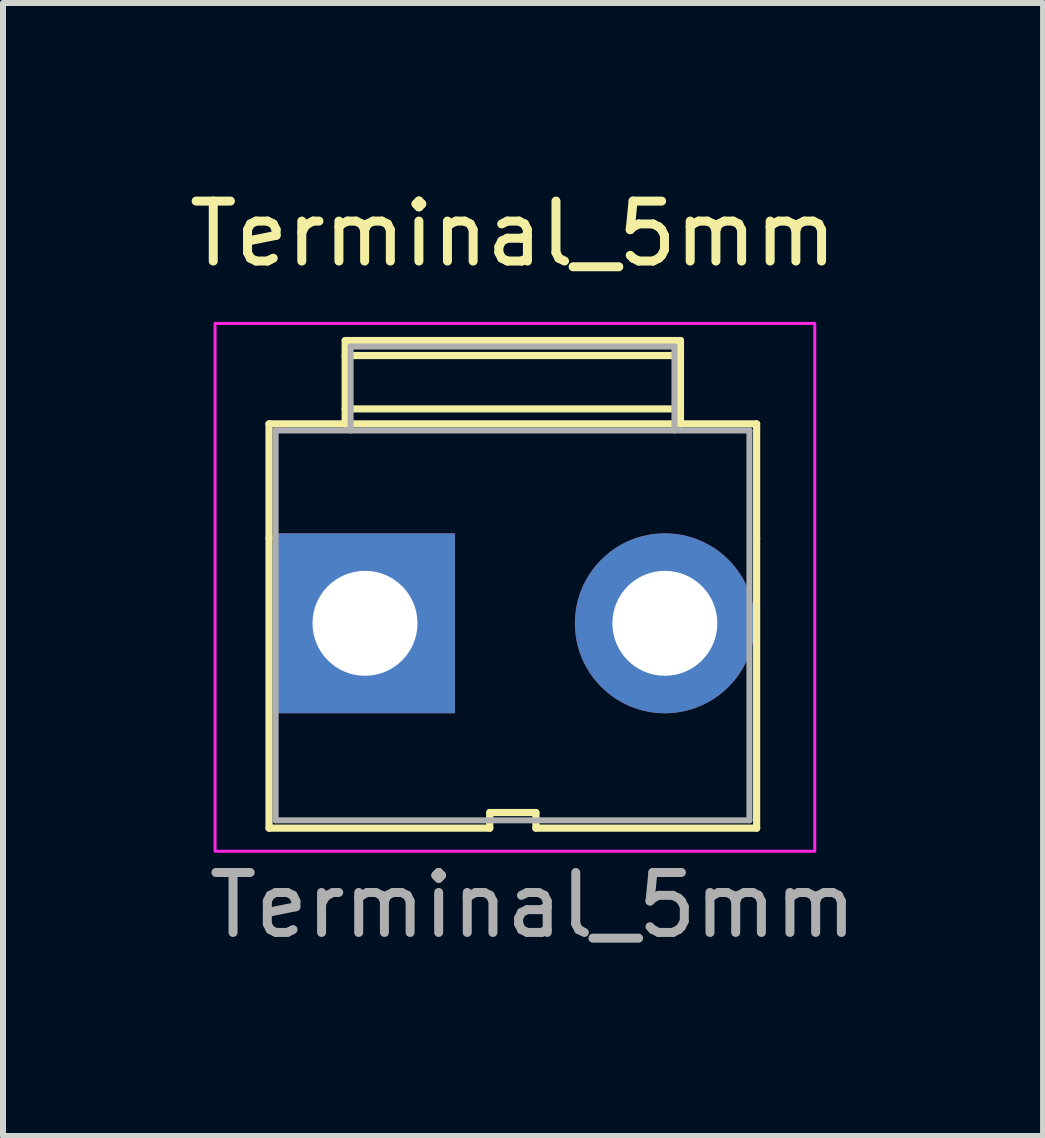
<source format=kicad_pcb>
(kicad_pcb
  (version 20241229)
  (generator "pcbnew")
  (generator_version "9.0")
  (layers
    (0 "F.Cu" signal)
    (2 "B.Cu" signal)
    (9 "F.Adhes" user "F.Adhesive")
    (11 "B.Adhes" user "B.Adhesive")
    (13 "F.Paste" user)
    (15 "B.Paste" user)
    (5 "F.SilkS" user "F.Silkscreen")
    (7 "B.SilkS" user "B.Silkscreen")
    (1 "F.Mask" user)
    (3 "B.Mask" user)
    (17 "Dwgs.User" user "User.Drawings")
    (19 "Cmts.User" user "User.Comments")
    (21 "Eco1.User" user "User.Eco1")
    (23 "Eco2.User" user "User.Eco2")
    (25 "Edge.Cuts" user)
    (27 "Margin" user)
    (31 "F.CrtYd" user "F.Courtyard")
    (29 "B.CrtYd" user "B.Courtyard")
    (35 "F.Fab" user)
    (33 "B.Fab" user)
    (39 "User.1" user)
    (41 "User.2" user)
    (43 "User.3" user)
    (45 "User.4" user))
  (footprint "Terminal_5mm"
    (layer "F.Cu")
    (at 5.536 7.343)
    (property "Reference" "Terminal_5mm" (at -0.03 -6.495 0) (layer "F.SilkS") (effects (font (size 1 1) (thickness 0.15))))
    (attr through_hole)
    (fp_line (start -4.1 -3.325) (end -4.1 -1.415) (stroke (width 0.12) (type solid)) (layer "F.SilkS"))
    (fp_line (start -4.1 -3.325) (end 4.03 -3.325) (stroke (width 0.12) (type solid)) (layer "F.SilkS"))
    (fp_line (start -4.1 -1.415) (end -4.1 3.415) (stroke (width 0.12) (type solid)) (layer "F.SilkS"))
    (fp_line (start -2.83 -4.715) (end 2.76 -4.715) (stroke (width 0.12) (type solid)) (layer "F.SilkS"))
    (fp_line (start -2.83 -4.465) (end 2.76 -4.465) (stroke (width 0.12) (type solid)) (layer "F.SilkS"))
    (fp_line (start -2.83 -3.575) (end 2.76 -3.575) (stroke (width 0.12) (type solid)) (layer "F.SilkS"))
    (fp_line (start -2.83 -3.325) (end -2.83 -4.715) (stroke (width 0.12) (type solid)) (layer "F.SilkS"))
    (fp_line (start -0.42 3.155) (end 0.35 3.155) (stroke (width 0.12) (type solid)) (layer "F.SilkS"))
    (fp_line (start -0.42 3.415) (end -4.1 3.415) (stroke (width 0.12) (type solid)) (layer "F.SilkS"))
    (fp_line (start -0.42 3.415) (end -0.42 3.155) (stroke (width 0.12) (type solid)) (layer "F.SilkS"))
    (fp_line (start 0.35 3.155) (end 0.35 3.415) (stroke (width 0.12) (type solid)) (layer "F.SilkS"))
    (fp_line (start 0.35 3.415) (end 4.03 3.415) (stroke (width 0.12) (type solid)) (layer "F.SilkS"))
    (fp_line (start 2.76 -3.325) (end 2.76 -4.715) (stroke (width 0.12) (type solid)) (layer "F.SilkS"))
    (fp_line (start 4.03 -3.325) (end 4.03 -1.415) (stroke (width 0.12) (type solid)) (layer "F.SilkS"))
    (fp_line (start 4.03 3.415) (end 4.03 -1.415) (stroke (width 0.12) (type solid)) (layer "F.SilkS"))
    (fp_rect (start -5 -5) (end 5 3.8) (stroke (width 0.05) (type default)) (fill no) (layer "F.CrtYd"))
    (fp_line (start -3.99 -3.215) (end 3.91 -3.215) (stroke (width 0.1) (type solid)) (layer "F.Fab"))
    (fp_line (start -3.99 3.285) (end -3.99 -3.215) (stroke (width 0.1) (type solid)) (layer "F.Fab"))
    (fp_line (start -2.74 -4.615) (end 2.66 -4.615) (stroke (width 0.1) (type solid)) (layer "F.Fab"))
    (fp_line (start -2.74 -3.215) (end -2.74 -4.615) (stroke (width 0.1) (type solid)) (layer "F.Fab"))
    (fp_line (start 2.66 -4.615) (end 2.66 -3.215) (stroke (width 0.1) (type solid)) (layer "F.Fab"))
    (fp_line (start 3.91 -3.215) (end 3.91 3.285) (stroke (width 0.1) (type solid)) (layer "F.Fab"))
    (fp_line (start 3.91 3.285) (end -3.99 3.285) (stroke (width 0.1) (type solid)) (layer "F.Fab"))
    (fp_text user "${REFERENCE}" (at 0.3 4.7 0) (layer "F.Fab") (effects (font (size 1 1) (thickness 0.15))))
    (pad "1" thru_hole rect (at -2.5 0) (size 3 3) (drill 1.75) (layers "*.Cu" "*.Mask"))
    (pad "2" thru_hole circle (at 2.5 0) (size 3 3) (drill 1.75) (layers "*.Cu" "*.Mask")))
  (gr_rect
    (start -3 -3)
    (end 14.342 15.892)
    (stroke (width 0.1) (type default))
    (fill no)
    (layer "Edge.Cuts")))
</source>
